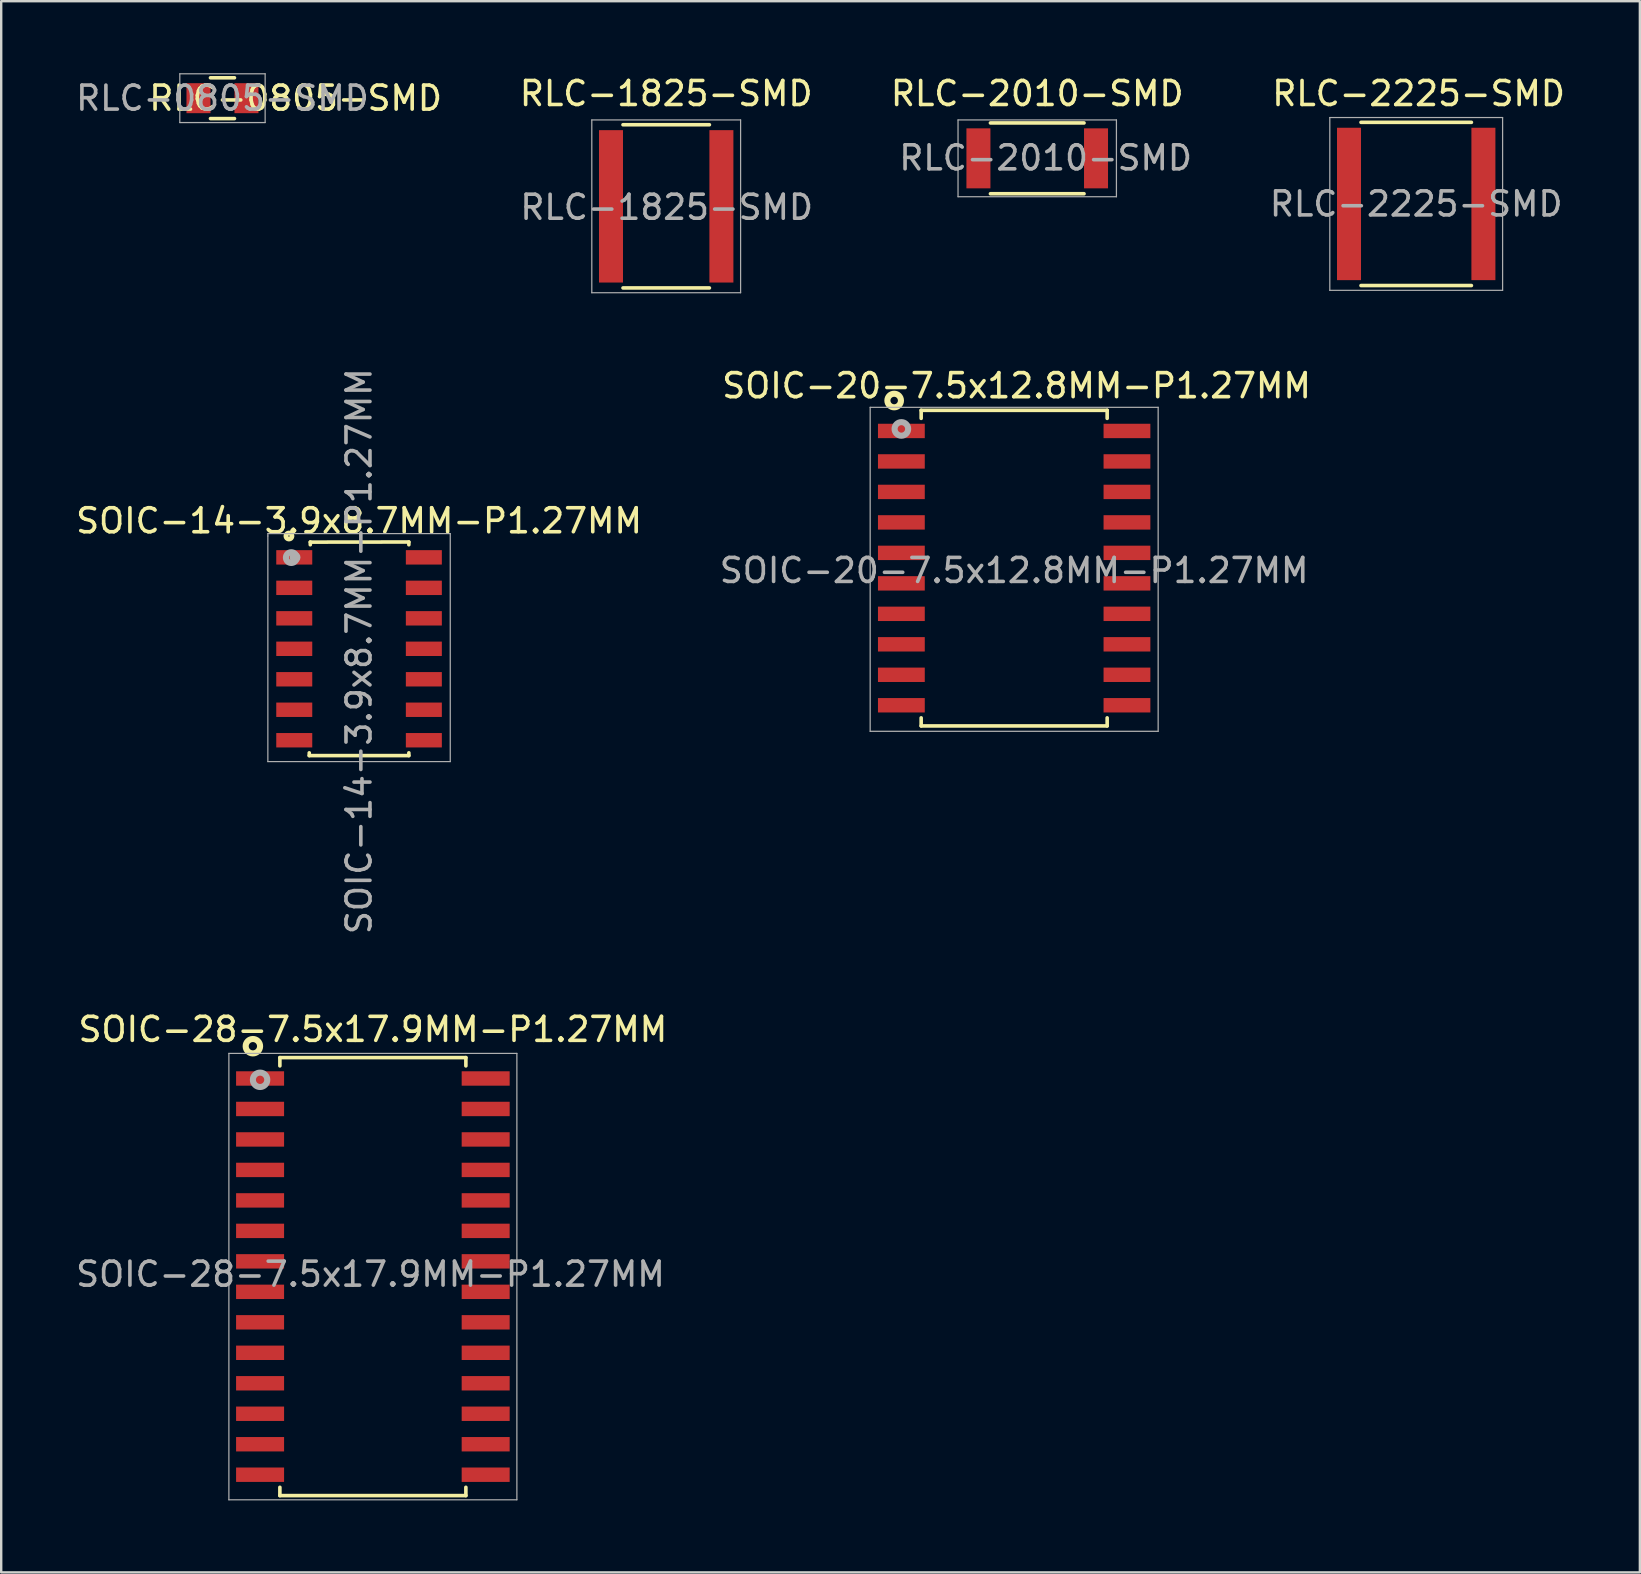
<source format=kicad_pcb>
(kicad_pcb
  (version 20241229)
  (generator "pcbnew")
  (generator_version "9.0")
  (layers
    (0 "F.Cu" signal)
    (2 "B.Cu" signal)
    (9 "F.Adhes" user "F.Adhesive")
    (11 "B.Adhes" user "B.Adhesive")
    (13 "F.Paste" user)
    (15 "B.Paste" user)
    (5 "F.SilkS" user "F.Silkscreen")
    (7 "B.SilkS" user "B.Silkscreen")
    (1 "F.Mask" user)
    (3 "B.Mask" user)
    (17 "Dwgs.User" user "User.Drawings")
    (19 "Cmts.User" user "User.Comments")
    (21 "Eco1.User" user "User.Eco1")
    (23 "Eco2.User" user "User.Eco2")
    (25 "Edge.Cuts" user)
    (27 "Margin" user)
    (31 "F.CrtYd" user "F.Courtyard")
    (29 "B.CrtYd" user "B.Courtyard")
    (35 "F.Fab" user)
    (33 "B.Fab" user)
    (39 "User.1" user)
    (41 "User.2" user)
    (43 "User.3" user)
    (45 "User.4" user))
  (footprint "RLC-0805-SMD"
    (layer "F.Cu")
    (at 6.22 1.041)
    (property "Reference" "RLC-0805-SMD" (at 0 0 180) (layer "F.Fab") (effects (font (size 1 1) (thickness 0.15))))
    (attr smd)
    (fp_line (start -0.5 0.85) (end 0.5 0.85) (stroke (width 0.15) (type solid)) (layer "F.SilkS"))
    (fp_line (start 0.5 -0.85) (end -0.5 -0.85) (stroke (width 0.15) (type solid)) (layer "F.SilkS"))
    (fp_line (start -1.778 -1.016) (end -1.778 1.016) (stroke (width 0.05) (type solid)) (layer "F.Fab"))
    (fp_line (start -1.778 1.016) (end 1.778 1.016) (stroke (width 0.05) (type solid)) (layer "F.Fab"))
    (fp_line (start 1.778 -1.016) (end -1.778 -1.016) (stroke (width 0.05) (type solid)) (layer "F.Fab"))
    (fp_line (start 1.778 1.016) (end 1.778 -1.016) (stroke (width 0.05) (type solid)) (layer "F.Fab"))
    (fp_text user "${REFERENCE}" (at 3.048 0 0) (layer "F.SilkS") (effects (font (size 1 1) (thickness 0.15))))
    (pad "1" smd rect (at -1 0) (size 1 1.25) (layers "F.Cu" "F.Mask" "F.Paste"))
    (pad "2" smd rect (at 1 0) (size 1 1.25) (layers "F.Cu" "F.Mask" "F.Paste")))
  (footprint "SOIC-14-3.9x8.7MM-P1.27MM"
    (layer "F.Cu")
    (at 11.911 23.984)
    (property "Reference" "SOIC-14-3.9x8.7MM-P1.27MM" (at 0 0.1 90) (layer "F.Fab") (effects (font (size 1 1) (thickness 0.15))))
    (attr smd)
    (fp_line (start -2.075 4.45) (end -2.075 4.335) (stroke (width 0.15) (type solid)) (layer "F.SilkS"))
    (fp_line (start -2.075 4.45) (end 2.075 4.45) (stroke (width 0.15) (type solid)) (layer "F.SilkS"))
    (fp_line (start -2.032 -4.45) (end -2.032 -4.335) (stroke (width 0.15) (type solid)) (layer "F.SilkS"))
    (fp_line (start -2.032 -4.445) (end 2.075 -4.45) (stroke (width 0.15) (type solid)) (layer "F.SilkS"))
    (fp_line (start 2.075 -4.45) (end 2.075 -4.335) (stroke (width 0.15) (type solid)) (layer "F.SilkS"))
    (fp_line (start 2.075 4.45) (end 2.075 4.335) (stroke (width 0.15) (type solid)) (layer "F.SilkS"))
    (fp_circle (center -2.921 -4.699) (end -2.921 -4.572) (stroke (width 0.2) (type solid)) (fill no) (layer "F.SilkS"))
    (fp_line (start -3.8 -4.8) (end -3.8 -4.7) (stroke (width 0.051) (type solid)) (layer "F.Fab"))
    (fp_line (start -3.8 -4.7) (end -3.8 4.7) (stroke (width 0.051) (type solid)) (layer "F.Fab"))
    (fp_line (start -3.8 4.7) (end 3.8 4.7) (stroke (width 0.051) (type solid)) (layer "F.Fab"))
    (fp_line (start 3.8 -4.8) (end -3.8 -4.8) (stroke (width 0.051) (type solid)) (layer "F.Fab"))
    (fp_line (start 3.8 4.7) (end 3.8 -4.8) (stroke (width 0.051) (type solid)) (layer "F.Fab"))
    (fp_circle (center -2.824 -3.8) (end -2.724 -3.6) (stroke (width 0.254) (type solid)) (fill no) (layer "F.Fab"))
    (fp_circle (center -2.667 -3.81) (end -2.667 -3.683) (stroke (width 0.2) (type solid)) (fill no) (layer "F.Fab"))
    (fp_text user "${REFERENCE}" (at 0 -5.333 0) (layer "F.SilkS") (effects (font (size 1 1) (thickness 0.15))))
    (pad "1" smd rect (at -2.7 -3.81) (size 1.5 0.6) (layers "F.Cu" "F.Mask" "F.Paste"))
    (pad "2" smd rect (at -2.7 -2.54) (size 1.5 0.6) (layers "F.Cu" "F.Mask" "F.Paste"))
    (pad "3" smd rect (at -2.7 -1.27) (size 1.5 0.6) (layers "F.Cu" "F.Mask" "F.Paste"))
    (pad "4" smd rect (at -2.7 0) (size 1.5 0.6) (layers "F.Cu" "F.Mask" "F.Paste"))
    (pad "5" smd rect (at -2.7 1.27) (size 1.5 0.6) (layers "F.Cu" "F.Mask" "F.Paste"))
    (pad "6" smd rect (at -2.7 2.54) (size 1.5 0.6) (layers "F.Cu" "F.Mask" "F.Paste"))
    (pad "7" smd rect (at -2.7 3.81) (size 1.5 0.6) (layers "F.Cu" "F.Mask" "F.Paste"))
    (pad "8" smd rect (at 2.7 3.81) (size 1.5 0.6) (layers "F.Cu" "F.Mask" "F.Paste"))
    (pad "9" smd rect (at 2.7 2.54) (size 1.5 0.6) (layers "F.Cu" "F.Mask" "F.Paste"))
    (pad "10" smd rect (at 2.7 1.27) (size 1.5 0.6) (layers "F.Cu" "F.Mask" "F.Paste"))
    (pad "11" smd rect (at 2.7 0) (size 1.5 0.6) (layers "F.Cu" "F.Mask" "F.Paste"))
    (pad "12" smd rect (at 2.7 -1.27) (size 1.5 0.6) (layers "F.Cu" "F.Mask" "F.Paste"))
    (pad "13" smd rect (at 2.7 -2.54) (size 1.5 0.6) (layers "F.Cu" "F.Mask" "F.Paste"))
    (pad "14" smd rect (at 2.7 -3.81) (size 1.5 0.6) (layers "F.Cu" "F.Mask" "F.Paste")))
  (footprint "SOIC-28-7.5x17.9MM-P1.27MM"
    (layer "F.Cu")
    (at 12.487 50.143)
    (property "Reference" "SOIC-28-7.5x17.9MM-P1.27MM" (at -0.1 -0.1 0) (layer "F.Fab") (effects (font (size 1 1) (thickness 0.15))))
    (attr smd)
    (fp_line (start -3.875 -9.125) (end -3.875 -8.78) (stroke (width 0.15) (type solid)) (layer "F.SilkS"))
    (fp_line (start -3.875 -9.125) (end 3.875 -9.125) (stroke (width 0.15) (type solid)) (layer "F.SilkS"))
    (fp_line (start -3.875 9.125) (end -3.875 8.78) (stroke (width 0.15) (type solid)) (layer "F.SilkS"))
    (fp_line (start -3.875 9.125) (end 3.875 9.125) (stroke (width 0.15) (type solid)) (layer "F.SilkS"))
    (fp_line (start 3.875 -9.125) (end 3.875 -8.78) (stroke (width 0.15) (type solid)) (layer "F.SilkS"))
    (fp_line (start 3.875 9.125) (end 3.875 8.78) (stroke (width 0.15) (type solid)) (layer "F.SilkS"))
    (fp_circle (center -5 -9.6) (end -5 -9.3) (stroke (width 0.254) (type solid)) (fill no) (layer "F.SilkS"))
    (fp_line (start -6 -9.3) (end -6 9.3) (stroke (width 0.051) (type solid)) (layer "F.Fab"))
    (fp_line (start -6 9.3) (end 6 9.3) (stroke (width 0.051) (type solid)) (layer "F.Fab"))
    (fp_line (start 6 -9.3) (end -6 -9.3) (stroke (width 0.051) (type solid)) (layer "F.Fab"))
    (fp_line (start 6 9.3) (end 6 -9.3) (stroke (width 0.051) (type solid)) (layer "F.Fab"))
    (fp_circle (center -4.7 -8.2) (end -4.7 -7.9) (stroke (width 0.254) (type solid)) (fill no) (layer "F.Fab"))
    (fp_text user "${REFERENCE}" (at 0 -10.3 0) (layer "F.SilkS") (effects (font (size 1 1) (thickness 0.15))))
    (pad "1" smd rect (at -4.7 -8.255) (size 2 0.6) (layers "F.Cu" "F.Mask" "F.Paste"))
    (pad "2" smd rect (at -4.7 -6.985) (size 2 0.6) (layers "F.Cu" "F.Mask" "F.Paste"))
    (pad "3" smd rect (at -4.7 -5.715) (size 2 0.6) (layers "F.Cu" "F.Mask" "F.Paste"))
    (pad "4" smd rect (at -4.7 -4.445) (size 2 0.6) (layers "F.Cu" "F.Mask" "F.Paste"))
    (pad "5" smd rect (at -4.7 -3.175) (size 2 0.6) (layers "F.Cu" "F.Mask" "F.Paste"))
    (pad "6" smd rect (at -4.7 -1.905) (size 2 0.6) (layers "F.Cu" "F.Mask" "F.Paste"))
    (pad "7" smd rect (at -4.7 -0.635) (size 2 0.6) (layers "F.Cu" "F.Mask" "F.Paste"))
    (pad "8" smd rect (at -4.7 0.635) (size 2 0.6) (layers "F.Cu" "F.Mask" "F.Paste"))
    (pad "9" smd rect (at -4.7 1.905) (size 2 0.6) (layers "F.Cu" "F.Mask" "F.Paste"))
    (pad "10" smd rect (at -4.7 3.175) (size 2 0.6) (layers "F.Cu" "F.Mask" "F.Paste"))
    (pad "11" smd rect (at -4.7 4.445) (size 2 0.6) (layers "F.Cu" "F.Mask" "F.Paste"))
    (pad "12" smd rect (at -4.7 5.715) (size 2 0.6) (layers "F.Cu" "F.Mask" "F.Paste"))
    (pad "13" smd rect (at -4.7 6.985) (size 2 0.6) (layers "F.Cu" "F.Mask" "F.Paste"))
    (pad "14" smd rect (at -4.7 8.255) (size 2 0.6) (layers "F.Cu" "F.Mask" "F.Paste"))
    (pad "15" smd rect (at 4.7 8.255) (size 2 0.6) (layers "F.Cu" "F.Mask" "F.Paste"))
    (pad "16" smd rect (at 4.7 6.985) (size 2 0.6) (layers "F.Cu" "F.Mask" "F.Paste"))
    (pad "17" smd rect (at 4.7 5.715) (size 2 0.6) (layers "F.Cu" "F.Mask" "F.Paste"))
    (pad "18" smd rect (at 4.7 4.445) (size 2 0.6) (layers "F.Cu" "F.Mask" "F.Paste"))
    (pad "19" smd rect (at 4.7 3.175) (size 2 0.6) (layers "F.Cu" "F.Mask" "F.Paste"))
    (pad "20" smd rect (at 4.7 1.905) (size 2 0.6) (layers "F.Cu" "F.Mask" "F.Paste"))
    (pad "21" smd rect (at 4.7 0.635) (size 2 0.6) (layers "F.Cu" "F.Mask" "F.Paste"))
    (pad "22" smd rect (at 4.7 -0.635) (size 2 0.6) (layers "F.Cu" "F.Mask" "F.Paste"))
    (pad "23" smd rect (at 4.7 -1.905) (size 2 0.6) (layers "F.Cu" "F.Mask" "F.Paste"))
    (pad "24" smd rect (at 4.7 -3.175) (size 2 0.6) (layers "F.Cu" "F.Mask" "F.Paste"))
    (pad "25" smd rect (at 4.7 -4.445) (size 2 0.6) (layers "F.Cu" "F.Mask" "F.Paste"))
    (pad "26" smd rect (at 4.7 -5.715) (size 2 0.6) (layers "F.Cu" "F.Mask" "F.Paste"))
    (pad "27" smd rect (at 4.7 -6.985) (size 2 0.6) (layers "F.Cu" "F.Mask" "F.Paste"))
    (pad "28" smd rect (at 4.7 -8.255) (size 2 0.6) (layers "F.Cu" "F.Mask" "F.Paste")))
  (footprint "RLC-2010-SMD"
    (layer "F.Cu")
    (at 40.169 3.548)
    (property "Reference" "RLC-2010-SMD" (at 0 -2.7 0) (layer "F.SilkS") (effects (font (size 1 1) (thickness 0.15))))
    (attr smd)
    (fp_line (start -1.95 -1.475) (end 1.95 -1.475) (stroke (width 0.15) (type solid)) (layer "F.SilkS"))
    (fp_line (start 1.95 1.475) (end -1.95 1.475) (stroke (width 0.15) (type solid)) (layer "F.SilkS"))
    (fp_line (start -3.3 -1.6) (end -3.3 1.6) (stroke (width 0.051) (type solid)) (layer "F.Fab"))
    (fp_line (start -3.3 1.6) (end 3.3 1.6) (stroke (width 0.051) (type solid)) (layer "F.Fab"))
    (fp_line (start 3.3 -1.6) (end -3.3 -1.6) (stroke (width 0.051) (type solid)) (layer "F.Fab"))
    (fp_line (start 3.3 1.6) (end 3.3 -1.6) (stroke (width 0.051) (type solid)) (layer "F.Fab"))
    (fp_text user "${REFERENCE}" (at 0.35 -0.02 0) (layer "F.Fab") (effects (font (size 1 1) (thickness 0.15))))
    (pad "1" smd rect (at -2.45 0) (size 1 2.5) (layers "F.Cu" "F.Mask" "F.Paste"))
    (pad "2" smd rect (at 2.45 0) (size 1 2.5) (layers "F.Cu" "F.Mask" "F.Paste")))
  (footprint "SOIC-20-7.5x12.8MM-P1.27MM"
    (layer "F.Cu")
    (at 39.208 20.622)
    (property "Reference" "SOIC-20-7.5x12.8MM-P1.27MM" (at 0 0.1 0) (layer "F.Fab") (effects (font (size 1 1) (thickness 0.15))))
    (attr smd)
    (fp_line (start -3.875 -6.575) (end -3.875 -6.24) (stroke (width 0.15) (type solid)) (layer "F.SilkS"))
    (fp_line (start -3.875 -6.575) (end 3.875 -6.575) (stroke (width 0.15) (type solid)) (layer "F.SilkS"))
    (fp_line (start -3.875 6.575) (end -3.875 6.24) (stroke (width 0.15) (type solid)) (layer "F.SilkS"))
    (fp_line (start -3.875 6.575) (end 3.875 6.575) (stroke (width 0.15) (type solid)) (layer "F.SilkS"))
    (fp_line (start 3.875 -6.575) (end 3.875 -6.24) (stroke (width 0.15) (type solid)) (layer "F.SilkS"))
    (fp_line (start 3.875 6.575) (end 3.875 6.24) (stroke (width 0.15) (type solid)) (layer "F.SilkS"))
    (fp_circle (center -5 -6.983) (end -4.8 -6.783) (stroke (width 0.254) (type solid)) (fill no) (layer "F.SilkS"))
    (fp_line (start -6 -6.7) (end -6 6.8) (stroke (width 0.051) (type solid)) (layer "F.Fab"))
    (fp_line (start -6 6.8) (end 6 6.8) (stroke (width 0.051) (type solid)) (layer "F.Fab"))
    (fp_line (start 6 -6.7) (end -6 -6.7) (stroke (width 0.051) (type solid)) (layer "F.Fab"))
    (fp_line (start 6 6.8) (end 6 -6.7) (stroke (width 0.051) (type solid)) (layer "F.Fab"))
    (fp_circle (center -4.7 -5.8) (end -4.5 -5.6) (stroke (width 0.254) (type solid)) (fill no) (layer "F.Fab"))
    (fp_text user "${REFERENCE}" (at 0.1 -7.6 0) (layer "F.SilkS") (effects (font (size 1 1) (thickness 0.15))))
    (pad "1" smd rect (at -4.7 -5.715) (size 1.95 0.6) (layers "F.Cu" "F.Mask" "F.Paste"))
    (pad "2" smd rect (at -4.7 -4.445) (size 1.95 0.6) (layers "F.Cu" "F.Mask" "F.Paste"))
    (pad "3" smd rect (at -4.7 -3.175) (size 1.95 0.6) (layers "F.Cu" "F.Mask" "F.Paste"))
    (pad "4" smd rect (at -4.7 -1.905) (size 1.95 0.6) (layers "F.Cu" "F.Mask" "F.Paste"))
    (pad "5" smd rect (at -4.7 -0.635) (size 1.95 0.6) (layers "F.Cu" "F.Mask" "F.Paste"))
    (pad "6" smd rect (at -4.7 0.635) (size 1.95 0.6) (layers "F.Cu" "F.Mask" "F.Paste"))
    (pad "7" smd rect (at -4.7 1.905) (size 1.95 0.6) (layers "F.Cu" "F.Mask" "F.Paste"))
    (pad "8" smd rect (at -4.7 3.175) (size 1.95 0.6) (layers "F.Cu" "F.Mask" "F.Paste"))
    (pad "9" smd rect (at -4.7 4.445) (size 1.95 0.6) (layers "F.Cu" "F.Mask" "F.Paste"))
    (pad "10" smd rect (at -4.7 5.715) (size 1.95 0.6) (layers "F.Cu" "F.Mask" "F.Paste"))
    (pad "11" smd rect (at 4.7 5.715) (size 1.95 0.6) (layers "F.Cu" "F.Mask" "F.Paste"))
    (pad "12" smd rect (at 4.7 4.445) (size 1.95 0.6) (layers "F.Cu" "F.Mask" "F.Paste"))
    (pad "13" smd rect (at 4.7 3.175) (size 1.95 0.6) (layers "F.Cu" "F.Mask" "F.Paste"))
    (pad "14" smd rect (at 4.7 1.905) (size 1.95 0.6) (layers "F.Cu" "F.Mask" "F.Paste"))
    (pad "15" smd rect (at 4.7 0.635) (size 1.95 0.6) (layers "F.Cu" "F.Mask" "F.Paste"))
    (pad "16" smd rect (at 4.7 -0.635) (size 1.95 0.6) (layers "F.Cu" "F.Mask" "F.Paste"))
    (pad "17" smd rect (at 4.7 -1.905) (size 1.95 0.6) (layers "F.Cu" "F.Mask" "F.Paste"))
    (pad "18" smd rect (at 4.7 -3.175) (size 1.95 0.6) (layers "F.Cu" "F.Mask" "F.Paste"))
    (pad "19" smd rect (at 4.7 -4.445) (size 1.95 0.6) (layers "F.Cu" "F.Mask" "F.Paste"))
    (pad "20" smd rect (at 4.7 -5.715) (size 1.95 0.6) (layers "F.Cu" "F.Mask" "F.Paste")))
  (footprint "RLC-2225-SMD"
    (layer "F.Cu")
    (at 55.96 5.448)
    (property "Reference" "RLC-2225-SMD" (at 0 0 0) (layer "F.Fab") (effects (font (size 1 1) (thickness 0.15))))
    (attr smd)
    (fp_line (start -2.3 3.4) (end 2.3 3.4) (stroke (width 0.15) (type solid)) (layer "F.SilkS"))
    (fp_line (start 2.3 -3.4) (end -2.3 -3.4) (stroke (width 0.15) (type solid)) (layer "F.SilkS"))
    (fp_line (start -3.6 -3.6) (end -3.6 3.6) (stroke (width 0.051) (type solid)) (layer "F.Fab"))
    (fp_line (start -3.6 3.6) (end 3.6 3.6) (stroke (width 0.051) (type solid)) (layer "F.Fab"))
    (fp_line (start 3.6 -3.6) (end -3.6 -3.6) (stroke (width 0.051) (type solid)) (layer "F.Fab"))
    (fp_line (start 3.6 3.6) (end 3.6 -3.6) (stroke (width 0.051) (type solid)) (layer "F.Fab"))
    (fp_text user "${REFERENCE}" (at 0.1 -4.6 0) (layer "F.SilkS") (effects (font (size 1 1) (thickness 0.15))))
    (pad "1" smd rect (at -2.8 0) (size 1 6.35) (layers "F.Cu" "F.Mask" "F.Paste"))
    (pad "2" smd rect (at 2.8 0) (size 1 6.35) (layers "F.Cu" "F.Mask" "F.Paste")))
  (footprint "RLC-1825-SMD"
    (layer "F.Cu")
    (at 24.709 5.548)
    (property "Reference" "RLC-1825-SMD" (at 0 -4.7 0) (layer "F.SilkS") (effects (font (size 1 1) (thickness 0.15))))
    (attr smd)
    (fp_line (start -1.8 3.4) (end 1.8 3.4) (stroke (width 0.15) (type solid)) (layer "F.SilkS"))
    (fp_line (start 1.8 -3.4) (end -1.8 -3.4) (stroke (width 0.15) (type solid)) (layer "F.SilkS"))
    (fp_line (start -3.1 -3.6) (end 3.1 -3.6) (stroke (width 0.051) (type solid)) (layer "F.Fab"))
    (fp_line (start -3.1 3.6) (end -3.1 -3.6) (stroke (width 0.051) (type solid)) (layer "F.Fab"))
    (fp_line (start 3.1 -3.6) (end 3.1 3.6) (stroke (width 0.051) (type solid)) (layer "F.Fab"))
    (fp_line (start 3.1 3.6) (end -3.1 3.6) (stroke (width 0.051) (type solid)) (layer "F.Fab"))
    (fp_text user "${REFERENCE}" (at 0.02 0.04 0) (layer "F.Fab") (effects (font (size 1 1) (thickness 0.15))))
    (pad "1" smd rect (at -2.3 0) (size 1 6.35) (layers "F.Cu" "F.Mask" "F.Paste"))
    (pad "2" smd rect (at 2.3 0) (size 1 6.35) (layers "F.Cu" "F.Mask" "F.Paste")))
  (gr_rect
    (start -3 -3)
    (end 65.28 62.469)
    (stroke (width 0.1) (type default))
    (fill no)
    (layer "Edge.Cuts")))
</source>
